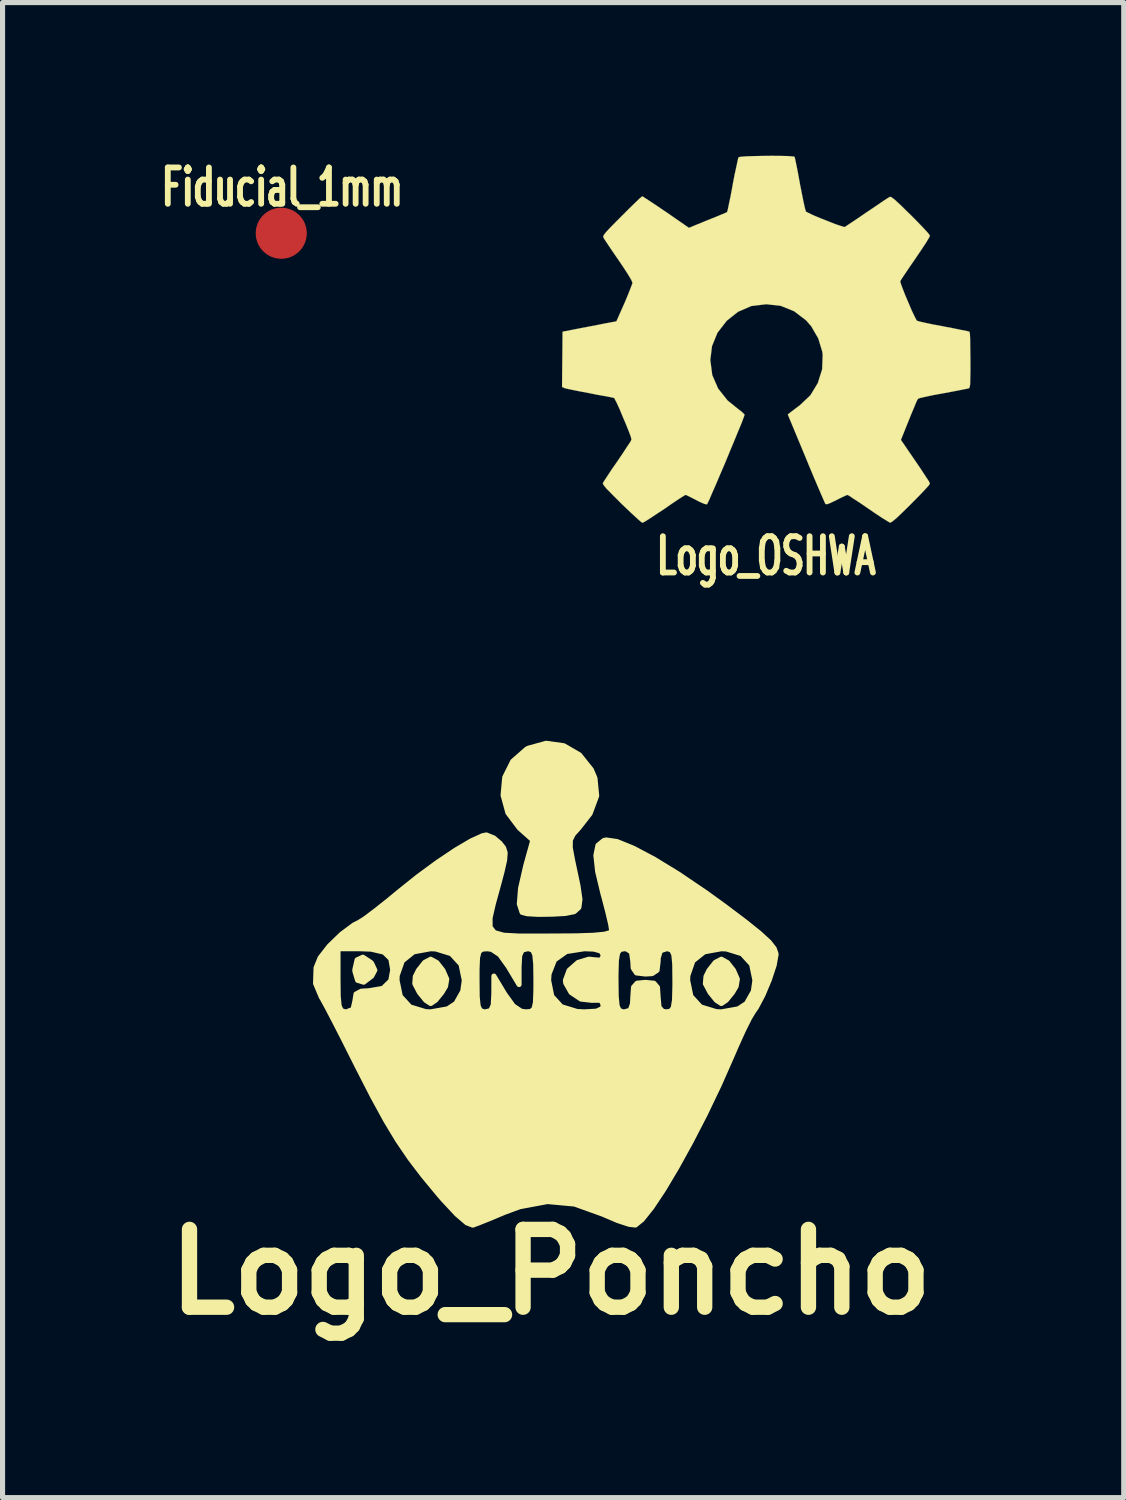
<source format=kicad_pcb>
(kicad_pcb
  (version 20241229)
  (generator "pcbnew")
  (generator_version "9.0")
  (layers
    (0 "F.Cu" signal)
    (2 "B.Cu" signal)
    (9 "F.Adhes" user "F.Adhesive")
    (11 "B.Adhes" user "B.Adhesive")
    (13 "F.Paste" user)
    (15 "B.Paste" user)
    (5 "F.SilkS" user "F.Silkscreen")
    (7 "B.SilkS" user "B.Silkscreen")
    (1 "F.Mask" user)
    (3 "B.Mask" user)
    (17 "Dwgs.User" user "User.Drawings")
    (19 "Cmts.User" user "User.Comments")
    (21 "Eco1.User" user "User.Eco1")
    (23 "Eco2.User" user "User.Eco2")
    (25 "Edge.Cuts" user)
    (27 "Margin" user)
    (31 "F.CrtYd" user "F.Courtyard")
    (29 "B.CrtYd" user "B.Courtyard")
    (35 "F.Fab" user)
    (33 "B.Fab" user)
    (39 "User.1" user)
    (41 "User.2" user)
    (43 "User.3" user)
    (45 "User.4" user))
  (footprint "Logo_OSHWA"
    (layer "F.Cu")
    (at 11.953 3.595)
    (property "Reference" "Logo_OSHWA" (at 0 4.242 0) (layer "F.SilkS") (effects (font (size 0.711 0.457) (thickness 0.114))))
    (attr through_hole)
    (fp_poly (pts (xy -2.423 3.592) (xy -2.383 3.571) (xy -2.289 3.513) (xy -2.154 3.424) (xy -1.996 3.32) (xy -1.839 3.211) (xy -1.709 3.124) (xy -1.618 3.066) (xy -1.58 3.045) (xy -1.56 3.051) (xy -1.483 3.089) (xy -1.374 3.145) (xy -1.311 3.178) (xy -1.212 3.221) (xy -1.161 3.231) (xy -1.153 3.216) (xy -1.115 3.139) (xy -1.059 3.007) (xy -0.983 2.835) (xy -0.897 2.631) (xy -0.803 2.413) (xy -0.711 2.189) (xy -0.622 1.976) (xy -0.544 1.786) (xy -0.48 1.631) (xy -0.439 1.521) (xy -0.424 1.476) (xy -0.429 1.466) (xy -0.48 1.417) (xy -0.566 1.351) (xy -0.757 1.196) (xy -0.942 0.963) (xy -1.057 0.699) (xy -1.095 0.404) (xy -1.062 0.132) (xy -0.955 -0.13) (xy -0.772 -0.366) (xy -0.551 -0.541) (xy -0.292 -0.653) (xy 0 -0.688) (xy 0.279 -0.658) (xy 0.546 -0.551) (xy 0.782 -0.371) (xy 0.881 -0.257) (xy 1.019 -0.018) (xy 1.097 0.239) (xy 1.105 0.302) (xy 1.095 0.584) (xy 1.011 0.853) (xy 0.864 1.095) (xy 0.658 1.29) (xy 0.63 1.311) (xy 0.536 1.382) (xy 0.472 1.43) (xy 0.422 1.471) (xy 0.78 2.332) (xy 0.836 2.469) (xy 0.935 2.705) (xy 1.021 2.908) (xy 1.09 3.068) (xy 1.138 3.178) (xy 1.158 3.221) (xy 1.161 3.223) (xy 1.191 3.228) (xy 1.257 3.203) (xy 1.377 3.145) (xy 1.458 3.104) (xy 1.549 3.061) (xy 1.59 3.045) (xy 1.626 3.063) (xy 1.712 3.122) (xy 1.841 3.205) (xy 1.994 3.31) (xy 2.141 3.411) (xy 2.276 3.5) (xy 2.375 3.561) (xy 2.423 3.589) (xy 2.431 3.589) (xy 2.471 3.564) (xy 2.55 3.5) (xy 2.667 3.388) (xy 2.832 3.226) (xy 2.857 3.2) (xy 2.995 3.061) (xy 3.106 2.944) (xy 3.18 2.863) (xy 3.205 2.824) (xy 3.183 2.776) (xy 3.119 2.68) (xy 3.03 2.543) (xy 2.921 2.383) (xy 2.637 1.968) (xy 2.794 1.577) (xy 2.842 1.458) (xy 2.903 1.313) (xy 2.946 1.209) (xy 2.972 1.163) (xy 3.012 1.148) (xy 3.122 1.123) (xy 3.277 1.09) (xy 3.459 1.057) (xy 3.637 1.024) (xy 3.797 0.993) (xy 3.912 0.97) (xy 3.962 0.96) (xy 3.975 0.953) (xy 3.985 0.927) (xy 3.993 0.874) (xy 3.995 0.777) (xy 3.998 0.625) (xy 3.998 0.404) (xy 3.998 0.381) (xy 3.995 0.17) (xy 3.993 0.003) (xy 3.988 -0.107) (xy 3.98 -0.15) (xy 3.929 -0.163) (xy 3.818 -0.185) (xy 3.658 -0.218) (xy 3.467 -0.254) (xy 3.457 -0.257) (xy 3.266 -0.292) (xy 3.109 -0.325) (xy 2.997 -0.351) (xy 2.951 -0.366) (xy 2.941 -0.378) (xy 2.903 -0.452) (xy 2.847 -0.569) (xy 2.786 -0.714) (xy 2.723 -0.861) (xy 2.67 -0.996) (xy 2.634 -1.095) (xy 2.624 -1.14) (xy 2.652 -1.186) (xy 2.718 -1.285) (xy 2.809 -1.42) (xy 2.921 -1.582) (xy 2.929 -1.595) (xy 3.038 -1.755) (xy 3.127 -1.89) (xy 3.185 -1.986) (xy 3.205 -2.029) (xy 3.205 -2.032) (xy 3.17 -2.08) (xy 3.089 -2.169) (xy 2.972 -2.291) (xy 2.832 -2.433) (xy 2.786 -2.477) (xy 2.631 -2.629) (xy 2.525 -2.728) (xy 2.456 -2.781) (xy 2.423 -2.794) (xy 2.423 -2.791) (xy 2.375 -2.764) (xy 2.273 -2.697) (xy 2.136 -2.603) (xy 1.974 -2.494) (xy 1.963 -2.487) (xy 1.803 -2.377) (xy 1.671 -2.289) (xy 1.575 -2.225) (xy 1.534 -2.2) (xy 1.527 -2.2) (xy 1.463 -2.22) (xy 1.349 -2.258) (xy 1.209 -2.314) (xy 1.062 -2.372) (xy 0.927 -2.428) (xy 0.826 -2.477) (xy 0.777 -2.502) (xy 0.777 -2.504) (xy 0.759 -2.563) (xy 0.732 -2.682) (xy 0.699 -2.847) (xy 0.66 -3.043) (xy 0.655 -3.073) (xy 0.62 -3.264) (xy 0.589 -3.421) (xy 0.566 -3.531) (xy 0.554 -3.576) (xy 0.528 -3.581) (xy 0.434 -3.589) (xy 0.292 -3.592) (xy 0.119 -3.594) (xy -0.061 -3.592) (xy -0.236 -3.589) (xy -0.389 -3.584) (xy -0.495 -3.576) (xy -0.541 -3.566) (xy -0.544 -3.564) (xy -0.559 -3.505) (xy -0.584 -3.386) (xy -0.62 -3.221) (xy -0.658 -3.023) (xy -0.663 -2.99) (xy -0.699 -2.799) (xy -0.732 -2.644) (xy -0.754 -2.535) (xy -0.767 -2.494) (xy -0.782 -2.484) (xy -0.861 -2.451) (xy -0.988 -2.398) (xy -1.148 -2.334) (xy -1.514 -2.184) (xy -1.961 -2.494) (xy -2.004 -2.522) (xy -2.164 -2.631) (xy -2.299 -2.72) (xy -2.39 -2.779) (xy -2.428 -2.802) (xy -2.431 -2.799) (xy -2.477 -2.761) (xy -2.565 -2.677) (xy -2.687 -2.558) (xy -2.827 -2.418) (xy -2.931 -2.314) (xy -3.056 -2.187) (xy -3.134 -2.103) (xy -3.178 -2.047) (xy -3.193 -2.014) (xy -3.188 -1.994) (xy -3.16 -1.948) (xy -3.094 -1.849) (xy -3.002 -1.712) (xy -2.893 -1.554) (xy -2.802 -1.42) (xy -2.705 -1.27) (xy -2.642 -1.163) (xy -2.619 -1.11) (xy -2.624 -1.087) (xy -2.657 -1.001) (xy -2.71 -0.866) (xy -2.776 -0.709) (xy -2.934 -0.353) (xy -3.167 -0.31) (xy -3.307 -0.282) (xy -3.505 -0.244) (xy -3.693 -0.208) (xy -3.988 -0.15) (xy -3.998 0.932) (xy -3.952 0.953) (xy -3.909 0.965) (xy -3.8 0.988) (xy -3.645 1.019) (xy -3.459 1.054) (xy -3.305 1.085) (xy -3.145 1.113) (xy -3.033 1.135) (xy -2.982 1.146) (xy -2.969 1.163) (xy -2.929 1.24) (xy -2.873 1.361) (xy -2.812 1.509) (xy -2.748 1.659) (xy -2.692 1.798) (xy -2.652 1.905) (xy -2.639 1.961) (xy -2.659 2.004) (xy -2.72 2.095) (xy -2.807 2.228) (xy -2.913 2.385) (xy -3.023 2.543) (xy -3.111 2.677) (xy -3.175 2.774) (xy -3.2 2.817) (xy -3.188 2.847) (xy -3.127 2.924) (xy -3.007 3.045) (xy -2.832 3.221) (xy -2.802 3.249) (xy -2.662 3.383) (xy -2.543 3.493) (xy -2.461 3.566) (xy -2.423 3.592)) (stroke (width 0.003) (type solid)) (fill yes) (layer "F.SilkS")))
  (footprint "Logo_Poncho"
    (layer "F.Cu")
    (at 7.609 16.268)
    (property "Reference" "Logo_Poncho" (at 0.127 5.588 0) (layer "F.SilkS") (effects (font (size 1.524 1.524) (thickness 0.3))))
    (attr through_hole)
    (fp_poly (pts (xy -3.32 -0.322) (xy -3.381 -0.206) (xy -3.538 -0.087) (xy -3.657 -0.123) (xy -3.71 -0.301) (xy -3.711 -0.33) (xy -3.667 -0.524) (xy -3.554 -0.576) (xy -3.4 -0.475) (xy -3.381 -0.454) (xy -3.32 -0.322)) (stroke (width 0.1) (type solid)) (fill yes) (layer "F.SilkS"))
    (fp_poly (pts (xy -1.912 -0.147) (xy -1.935 -0.007) (xy -2.007 0.114) (xy -2.129 0.265) (xy -2.225 0.33) (xy -2.227 0.33) (xy -2.323 0.268) (xy -2.445 0.117) (xy -2.447 0.114) (xy -2.537 -0.057) (xy -2.527 -0.197) (xy -2.466 -0.319) (xy -2.343 -0.474) (xy -2.227 -0.536) (xy -2.106 -0.471) (xy -1.987 -0.319) (xy -1.912 -0.147)) (stroke (width 0.1) (type solid)) (fill yes) (layer "F.SilkS"))
    (fp_poly (pts (xy 3.778 -0.147) (xy 3.755 -0.007) (xy 3.684 0.114) (xy 3.562 0.265) (xy 3.465 0.33) (xy 3.464 0.33) (xy 3.368 0.268) (xy 3.246 0.117) (xy 3.244 0.114) (xy 3.153 -0.057) (xy 3.164 -0.197) (xy 3.224 -0.319) (xy 3.347 -0.474) (xy 3.464 -0.536) (xy 3.584 -0.471) (xy 3.703 -0.319) (xy 3.778 -0.147)) (stroke (width 0.1) (type solid)) (fill yes) (layer "F.SilkS"))
    (fp_poly (pts (xy 1.024 -3.736) (xy 0.895 -3.389) (xy 0.679 -3.112) (xy 0.563 -2.982) (xy 0.508 -2.87) (xy 0.506 -2.721) (xy 0.55 -2.483) (xy 0.574 -2.37) (xy 0.658 -1.973) (xy 0.696 -1.709) (xy 0.675 -1.55) (xy 0.584 -1.468) (xy 0.409 -1.433) (xy 0.161 -1.419) (xy -0.124 -1.415) (xy -0.34 -1.428) (xy -0.436 -1.454) (xy -0.49 -1.618) (xy -0.466 -1.924) (xy -0.365 -2.365) (xy -0.36 -2.384) (xy -0.225 -2.869) (xy -0.489 -3.104) (xy -0.714 -3.403) (xy -0.808 -3.747) (xy -0.776 -4.097) (xy -0.62 -4.411) (xy -0.347 -4.65) (xy -0.316 -4.667) (xy 0.034 -4.764) (xy 0.38 -4.716) (xy 0.687 -4.538) (xy 0.919 -4.248) (xy 0.99 -4.082) (xy 1.024 -3.736)) (stroke (width 0.1) (type solid)) (fill yes) (layer "F.SilkS"))
    (fp_poly (pts (xy 4.536 -0.627) (xy 4.499 -0.42) (xy 4.405 -0.135) (xy 4.28 0.163) (xy 4.15 0.409) (xy 4.123 0.447) (xy 4.123 -0.124) (xy 4.058 -0.437) (xy 3.869 -0.644) (xy 3.565 -0.738) (xy 3.464 -0.742) (xy 3.13 -0.681) (xy 2.908 -0.504) (xy 2.809 -0.218) (xy 2.804 -0.124) (xy 2.869 0.19) (xy 3.058 0.397) (xy 3.363 0.49) (xy 3.464 0.495) (xy 3.798 0.436) (xy 3.958 0.33) (xy 4.092 0.092) (xy 4.123 -0.124) (xy 4.123 0.447) (xy 4.09 0.495) (xy 4.014 0.622) (xy 3.895 0.861) (xy 3.754 1.173) (xy 3.673 1.361) (xy 3.422 1.929) (xy 3.15 2.497) (xy 2.869 3.042) (xy 2.593 3.542) (xy 2.556 3.604) (xy 2.556 -0.124) (xy 2.553 -0.44) (xy 2.535 -0.625) (xy 2.494 -0.715) (xy 2.421 -0.741) (xy 2.392 -0.742) (xy 2.271 -0.703) (xy 2.228 -0.559) (xy 2.227 -0.495) (xy 2.206 -0.32) (xy 2.11 -0.255) (xy 1.979 -0.247) (xy 1.804 -0.268) (xy 1.739 -0.364) (xy 1.732 -0.495) (xy 1.706 -0.676) (xy 1.609 -0.74) (xy 1.567 -0.742) (xy 1.483 -0.728) (xy 1.433 -0.661) (xy 1.409 -0.508) (xy 1.402 -0.235) (xy 1.402 -0.124) (xy 1.406 0.193) (xy 1.424 0.378) (xy 1.464 0.467) (xy 1.537 0.494) (xy 1.567 0.495) (xy 1.681 0.463) (xy 1.726 0.336) (xy 1.732 0.206) (xy 1.746 0.012) (xy 1.816 -0.067) (xy 1.979 -0.082) (xy 2.145 -0.066) (xy 2.214 0.015) (xy 2.227 0.206) (xy 2.245 0.405) (xy 2.317 0.485) (xy 2.392 0.495) (xy 2.476 0.48) (xy 2.525 0.414) (xy 2.549 0.261) (xy 2.556 -0.012) (xy 2.556 -0.124) (xy 2.556 3.604) (xy 2.334 3.977) (xy 2.103 4.324) (xy 1.913 4.562) (xy 1.782 4.668) (xy 1.66 4.654) (xy 1.438 4.581) (xy 1.163 4.464) (xy 1.155 4.46) (xy 1.155 0.361) (xy 1.111 0.268) (xy 0.957 0.266) (xy 0.939 0.269) (xy 0.717 0.244) (xy 0.523 0.115) (xy 0.418 -0.071) (xy 0.412 -0.124) (xy 0.484 -0.319) (xy 0.658 -0.472) (xy 0.872 -0.537) (xy 0.95 -0.528) (xy 1.106 -0.515) (xy 1.154 -0.597) (xy 1.155 -0.61) (xy 1.114 -0.695) (xy 0.97 -0.735) (xy 0.783 -0.742) (xy 0.429 -0.687) (xy 0.198 -0.523) (xy 0.091 -0.25) (xy 0.082 -0.124) (xy 0.145 0.189) (xy 0.331 0.393) (xy 0.64 0.488) (xy 0.783 0.495) (xy 1.023 0.481) (xy 1.134 0.429) (xy 1.155 0.361) (xy 1.155 4.46) (xy 1.148 4.457) (xy 0.592 4.257) (xy 0.061 4.208) (xy -0.165 4.25) (xy -0.165 -0.124) (xy -0.169 -0.44) (xy -0.187 -0.625) (xy -0.227 -0.715) (xy -0.3 -0.741) (xy -0.33 -0.742) (xy -0.435 -0.716) (xy -0.484 -0.61) (xy -0.496 -0.392) (xy -0.496 -0.041) (xy -0.706 -0.392) (xy -0.874 -0.626) (xy -1.03 -0.73) (xy -1.118 -0.742) (xy -1.22 -0.734) (xy -1.281 -0.686) (xy -1.31 -0.564) (xy -1.319 -0.332) (xy -1.319 -0.124) (xy -1.316 0.193) (xy -1.298 0.378) (xy -1.257 0.467) (xy -1.184 0.494) (xy -1.155 0.495) (xy -1.049 0.469) (xy -1.001 0.362) (xy -0.989 0.144) (xy -0.988 -0.206) (xy -0.778 0.144) (xy -0.61 0.378) (xy -0.455 0.482) (xy -0.366 0.495) (xy -0.264 0.487) (xy -0.204 0.439) (xy -0.175 0.316) (xy -0.166 0.085) (xy -0.165 -0.124) (xy -0.165 4.25) (xy -0.482 4.309) (xy -0.783 4.42) (xy -1.059 4.536) (xy -1.286 4.627) (xy -1.402 4.67) (xy -1.519 4.625) (xy -1.567 4.584) (xy -1.567 -0.124) (xy -1.632 -0.437) (xy -1.821 -0.644) (xy -2.126 -0.738) (xy -2.227 -0.742) (xy -2.561 -0.681) (xy -2.782 -0.504) (xy -2.882 -0.218) (xy -2.886 -0.124) (xy -2.821 0.19) (xy -2.632 0.397) (xy -2.328 0.49) (xy -2.227 0.495) (xy -1.893 0.436) (xy -1.732 0.33) (xy -1.598 0.092) (xy -1.567 -0.124) (xy -1.567 4.584) (xy -1.717 4.455) (xy -1.986 4.167) (xy -2.062 4.079) (xy -2.37 3.707) (xy -2.632 3.363) (xy -2.87 3.013) (xy -2.969 2.85) (xy -2.969 -0.33) (xy -3.007 -0.546) (xy -3.14 -0.675) (xy -3.392 -0.734) (xy -3.604 -0.742) (xy -4.041 -0.742) (xy -4.041 -0.124) (xy -4.037 0.193) (xy -4.019 0.378) (xy -3.979 0.467) (xy -3.906 0.494) (xy -3.876 0.495) (xy -3.747 0.446) (xy -3.711 0.289) (xy -3.688 0.146) (xy -3.585 0.09) (xy -3.439 0.082) (xy -3.161 0.035) (xy -3.008 -0.115) (xy -2.969 -0.33) (xy -2.969 2.85) (xy -3.106 2.622) (xy -3.361 2.156) (xy -3.656 1.58) (xy -3.725 1.443) (xy -3.927 1.041) (xy -4.107 0.689) (xy -4.251 0.414) (xy -4.343 0.245) (xy -4.367 0.206) (xy -4.48 -0.062) (xy -4.47 -0.368) (xy -4.392 -0.562) (xy -4.212 -0.794) (xy -3.971 -1.027) (xy -3.73 -1.206) (xy -3.629 -1.257) (xy -3.516 -1.328) (xy -3.311 -1.482) (xy -3.047 -1.691) (xy -2.861 -1.845) (xy -2.478 -2.152) (xy -2.094 -2.434) (xy -1.736 -2.674) (xy -1.432 -2.853) (xy -1.211 -2.954) (xy -1.136 -2.969) (xy -0.993 -2.912) (xy -0.869 -2.807) (xy -0.799 -2.718) (xy -0.768 -2.621) (xy -0.779 -2.476) (xy -0.832 -2.242) (xy -0.897 -1.997) (xy -1.002 -1.615) (xy -1.064 -1.343) (xy -1.063 -1.164) (xy -0.98 -1.057) (xy -0.797 -1.006) (xy -0.494 -0.989) (xy -0.051 -0.989) (xy 0.124 -0.99) (xy 0.617 -0.993) (xy 0.964 -1.005) (xy 1.184 -1.026) (xy 1.295 -1.06) (xy 1.319 -1.094) (xy 1.299 -1.22) (xy 1.243 -1.457) (xy 1.165 -1.758) (xy 1.15 -1.809) (xy 1.043 -2.256) (xy 1.009 -2.57) (xy 1.049 -2.766) (xy 1.163 -2.86) (xy 1.209 -2.871) (xy 1.421 -2.84) (xy 1.74 -2.711) (xy 2.15 -2.494) (xy 2.633 -2.198) (xy 3.173 -1.832) (xy 3.525 -1.577) (xy 3.93 -1.272) (xy 4.215 -1.043) (xy 4.399 -0.874) (xy 4.5 -0.746) (xy 4.535 -0.644) (xy 4.536 -0.627)) (stroke (width 0.1) (type solid)) (fill yes) (layer "F.SilkS")))
  (footprint "Fiducial_1mm"
    (layer "F.Cu")
    (at 2.457 1.517)
    (property "Reference" "Fiducial_1mm" (at 0.02 -0.9 0) (layer "F.SilkS") (effects (font (size 0.711 0.457) (thickness 0.114))))
    (attr through_hole)
    (pad "1" smd circle (at 0 0) (size 1 1) (layers "F.Cu" "F.Mask")))
  (gr_rect
    (start -3 -3)
    (end 18.953 26.274)
    (stroke (width 0.1) (type default))
    (fill no)
    (layer "Edge.Cuts")))
</source>
